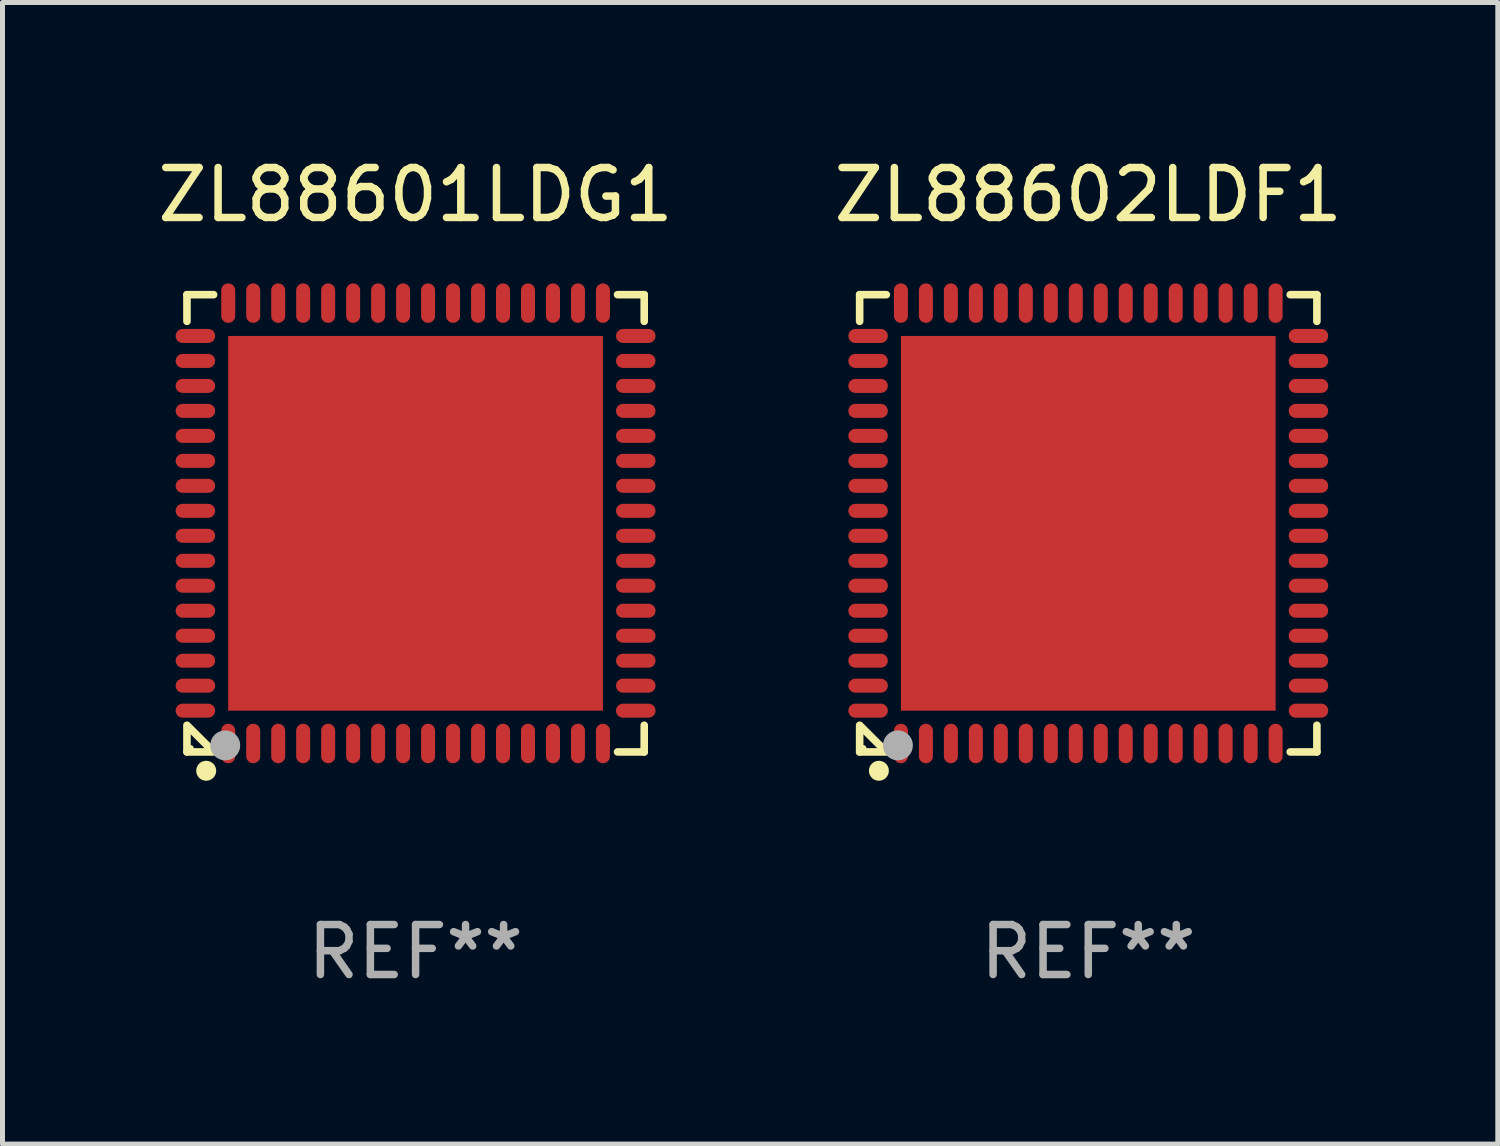
<source format=kicad_pcb>
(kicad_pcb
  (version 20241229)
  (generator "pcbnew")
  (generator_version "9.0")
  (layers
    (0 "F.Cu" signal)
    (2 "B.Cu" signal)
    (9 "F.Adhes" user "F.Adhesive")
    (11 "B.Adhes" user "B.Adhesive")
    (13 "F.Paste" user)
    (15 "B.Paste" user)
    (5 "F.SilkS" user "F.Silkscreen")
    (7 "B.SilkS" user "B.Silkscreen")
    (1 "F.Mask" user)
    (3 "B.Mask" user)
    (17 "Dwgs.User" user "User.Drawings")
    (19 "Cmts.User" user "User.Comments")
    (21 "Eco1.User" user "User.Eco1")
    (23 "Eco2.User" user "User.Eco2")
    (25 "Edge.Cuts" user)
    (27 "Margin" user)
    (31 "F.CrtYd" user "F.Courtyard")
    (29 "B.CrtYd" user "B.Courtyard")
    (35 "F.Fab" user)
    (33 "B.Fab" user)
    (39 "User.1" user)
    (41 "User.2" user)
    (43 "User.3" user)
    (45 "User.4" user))
  (footprint "ZL88601LDG1"
    (layer "F.Cu")
    (at 5.268 7.424)
    (property "Reference" "ZL88601LDG1" (at 0 -6.576 0) (layer "F.SilkS") (effects (font (size 1 1) (thickness 0.15))))
    (attr through_hole)
    (fp_line (start -4.576 -4.576) (end -4.576 -4.042) (stroke (width 0.152) (type solid)) (layer "F.SilkS"))
    (fp_line (start -4.576 4.576) (end -4.576 4.042) (stroke (width 0.152) (type solid)) (layer "F.SilkS"))
    (fp_line (start -4.069 4.549) (end -4.549 4.069) (stroke (width 0.152) (type solid)) (layer "F.SilkS"))
    (fp_line (start -4.042 -4.576) (end -4.576 -4.576) (stroke (width 0.152) (type solid)) (layer "F.SilkS"))
    (fp_line (start -4.042 4.576) (end -4.576 4.576) (stroke (width 0.152) (type solid)) (layer "F.SilkS"))
    (fp_line (start 4.042 -4.576) (end 4.576 -4.576) (stroke (width 0.152) (type solid)) (layer "F.SilkS"))
    (fp_line (start 4.042 4.576) (end 4.576 4.576) (stroke (width 0.152) (type solid)) (layer "F.SilkS"))
    (fp_line (start 4.576 -4.576) (end 4.576 -4.042) (stroke (width 0.152) (type solid)) (layer "F.SilkS"))
    (fp_line (start 4.576 4.576) (end 4.576 4.042) (stroke (width 0.152) (type solid)) (layer "F.SilkS"))
    (fp_circle (center -4.5 4.5) (end -4.47 4.5) (stroke (width 0.06) (type solid)) (fill no) (layer "F.SilkS"))
    (fp_circle (center -4.191 4.953) (end -4.091 4.953) (stroke (width 0.2) (type solid)) (fill no) (layer "F.SilkS"))
    (fp_circle (center -3.81 4.445) (end -3.66 4.445) (stroke (width 0.3) (type solid)) (fill no) (layer "F.Fab"))
    (fp_text user "REF**" (at 0 8.576 0) (layer "F.Fab") (effects (font (size 1 1) (thickness 0.15))))
    (pad "1" smd oval (at -3.75 4.407) (size 0.28 0.79) (layers "F.Cu" "F.Mask" "F.Paste"))
    (pad "2" smd oval (at -3.25 4.407) (size 0.28 0.79) (layers "F.Cu" "F.Mask" "F.Paste"))
    (pad "3" smd oval (at -2.75 4.407) (size 0.28 0.79) (layers "F.Cu" "F.Mask" "F.Paste"))
    (pad "4" smd oval (at -2.25 4.407) (size 0.28 0.79) (layers "F.Cu" "F.Mask" "F.Paste"))
    (pad "5" smd oval (at -1.75 4.407) (size 0.28 0.79) (layers "F.Cu" "F.Mask" "F.Paste"))
    (pad "6" smd oval (at -1.25 4.407) (size 0.28 0.79) (layers "F.Cu" "F.Mask" "F.Paste"))
    (pad "7" smd oval (at -0.75 4.407) (size 0.28 0.79) (layers "F.Cu" "F.Mask" "F.Paste"))
    (pad "8" smd oval (at -0.25 4.407) (size 0.28 0.79) (layers "F.Cu" "F.Mask" "F.Paste"))
    (pad "9" smd oval (at 0.25 4.407) (size 0.28 0.79) (layers "F.Cu" "F.Mask" "F.Paste"))
    (pad "10" smd oval (at 0.75 4.407) (size 0.28 0.79) (layers "F.Cu" "F.Mask" "F.Paste"))
    (pad "11" smd oval (at 1.25 4.407) (size 0.28 0.79) (layers "F.Cu" "F.Mask" "F.Paste"))
    (pad "12" smd oval (at 1.75 4.407) (size 0.28 0.79) (layers "F.Cu" "F.Mask" "F.Paste"))
    (pad "13" smd oval (at 2.25 4.407) (size 0.28 0.79) (layers "F.Cu" "F.Mask" "F.Paste"))
    (pad "14" smd oval (at 2.75 4.407) (size 0.28 0.79) (layers "F.Cu" "F.Mask" "F.Paste"))
    (pad "15" smd oval (at 3.25 4.407) (size 0.28 0.79) (layers "F.Cu" "F.Mask" "F.Paste"))
    (pad "16" smd oval (at 3.75 4.407) (size 0.28 0.79) (layers "F.Cu" "F.Mask" "F.Paste"))
    (pad "17" smd oval (at 4.407 3.75) (size 0.79 0.28) (layers "F.Cu" "F.Mask" "F.Paste"))
    (pad "18" smd oval (at 4.407 3.25) (size 0.79 0.28) (layers "F.Cu" "F.Mask" "F.Paste"))
    (pad "19" smd oval (at 4.407 2.75) (size 0.79 0.28) (layers "F.Cu" "F.Mask" "F.Paste"))
    (pad "20" smd oval (at 4.407 2.25) (size 0.79 0.28) (layers "F.Cu" "F.Mask" "F.Paste"))
    (pad "21" smd oval (at 4.407 1.75) (size 0.79 0.28) (layers "F.Cu" "F.Mask" "F.Paste"))
    (pad "22" smd oval (at 4.407 1.25) (size 0.79 0.28) (layers "F.Cu" "F.Mask" "F.Paste"))
    (pad "23" smd oval (at 4.407 0.75) (size 0.79 0.28) (layers "F.Cu" "F.Mask" "F.Paste"))
    (pad "24" smd oval (at 4.407 0.25) (size 0.79 0.28) (layers "F.Cu" "F.Mask" "F.Paste"))
    (pad "25" smd oval (at 4.407 -0.25) (size 0.79 0.28) (layers "F.Cu" "F.Mask" "F.Paste"))
    (pad "26" smd oval (at 4.407 -0.75) (size 0.79 0.28) (layers "F.Cu" "F.Mask" "F.Paste"))
    (pad "27" smd oval (at 4.407 -1.25) (size 0.79 0.28) (layers "F.Cu" "F.Mask" "F.Paste"))
    (pad "28" smd oval (at 4.407 -1.75) (size 0.79 0.28) (layers "F.Cu" "F.Mask" "F.Paste"))
    (pad "29" smd oval (at 4.407 -2.25) (size 0.79 0.28) (layers "F.Cu" "F.Mask" "F.Paste"))
    (pad "30" smd oval (at 4.407 -2.75) (size 0.79 0.28) (layers "F.Cu" "F.Mask" "F.Paste"))
    (pad "31" smd oval (at 4.407 -3.25) (size 0.79 0.28) (layers "F.Cu" "F.Mask" "F.Paste"))
    (pad "32" smd oval (at 4.407 -3.75) (size 0.79 0.28) (layers "F.Cu" "F.Mask" "F.Paste"))
    (pad "33" smd oval (at 3.75 -4.407) (size 0.28 0.79) (layers "F.Cu" "F.Mask" "F.Paste"))
    (pad "34" smd oval (at 3.25 -4.407) (size 0.28 0.79) (layers "F.Cu" "F.Mask" "F.Paste"))
    (pad "35" smd oval (at 2.75 -4.407) (size 0.28 0.79) (layers "F.Cu" "F.Mask" "F.Paste"))
    (pad "36" smd oval (at 2.25 -4.407) (size 0.28 0.79) (layers "F.Cu" "F.Mask" "F.Paste"))
    (pad "37" smd oval (at 1.75 -4.407) (size 0.28 0.79) (layers "F.Cu" "F.Mask" "F.Paste"))
    (pad "38" smd oval (at 1.25 -4.407) (size 0.28 0.79) (layers "F.Cu" "F.Mask" "F.Paste"))
    (pad "39" smd oval (at 0.75 -4.407) (size 0.28 0.79) (layers "F.Cu" "F.Mask" "F.Paste"))
    (pad "40" smd oval (at 0.25 -4.407) (size 0.28 0.79) (layers "F.Cu" "F.Mask" "F.Paste"))
    (pad "41" smd oval (at -0.25 -4.407) (size 0.28 0.79) (layers "F.Cu" "F.Mask" "F.Paste"))
    (pad "42" smd oval (at -0.75 -4.407) (size 0.28 0.79) (layers "F.Cu" "F.Mask" "F.Paste"))
    (pad "43" smd oval (at -1.25 -4.407) (size 0.28 0.79) (layers "F.Cu" "F.Mask" "F.Paste"))
    (pad "44" smd oval (at -1.75 -4.407) (size 0.28 0.79) (layers "F.Cu" "F.Mask" "F.Paste"))
    (pad "45" smd oval (at -2.25 -4.407) (size 0.28 0.79) (layers "F.Cu" "F.Mask" "F.Paste"))
    (pad "46" smd oval (at -2.75 -4.407) (size 0.28 0.79) (layers "F.Cu" "F.Mask" "F.Paste"))
    (pad "47" smd oval (at -3.25 -4.407) (size 0.28 0.79) (layers "F.Cu" "F.Mask" "F.Paste"))
    (pad "48" smd oval (at -3.75 -4.407) (size 0.28 0.79) (layers "F.Cu" "F.Mask" "F.Paste"))
    (pad "49" smd oval (at -4.407 -3.75) (size 0.79 0.28) (layers "F.Cu" "F.Mask" "F.Paste"))
    (pad "50" smd oval (at -4.407 -3.25) (size 0.79 0.28) (layers "F.Cu" "F.Mask" "F.Paste"))
    (pad "51" smd oval (at -4.407 -2.75) (size 0.79 0.28) (layers "F.Cu" "F.Mask" "F.Paste"))
    (pad "52" smd oval (at -4.407 -2.25) (size 0.79 0.28) (layers "F.Cu" "F.Mask" "F.Paste"))
    (pad "53" smd oval (at -4.407 -1.75) (size 0.79 0.28) (layers "F.Cu" "F.Mask" "F.Paste"))
    (pad "54" smd oval (at -4.407 -1.25) (size 0.79 0.28) (layers "F.Cu" "F.Mask" "F.Paste"))
    (pad "55" smd oval (at -4.407 -0.75) (size 0.79 0.28) (layers "F.Cu" "F.Mask" "F.Paste"))
    (pad "56" smd oval (at -4.407 -0.25) (size 0.79 0.28) (layers "F.Cu" "F.Mask" "F.Paste"))
    (pad "57" smd oval (at -4.407 0.25) (size 0.79 0.28) (layers "F.Cu" "F.Mask" "F.Paste"))
    (pad "58" smd oval (at -4.407 0.75) (size 0.79 0.28) (layers "F.Cu" "F.Mask" "F.Paste"))
    (pad "59" smd oval (at -4.407 1.25) (size 0.79 0.28) (layers "F.Cu" "F.Mask" "F.Paste"))
    (pad "60" smd oval (at -4.407 1.75) (size 0.79 0.28) (layers "F.Cu" "F.Mask" "F.Paste"))
    (pad "61" smd oval (at -4.407 2.25) (size 0.79 0.28) (layers "F.Cu" "F.Mask" "F.Paste"))
    (pad "62" smd oval (at -4.407 2.75) (size 0.79 0.28) (layers "F.Cu" "F.Mask" "F.Paste"))
    (pad "63" smd oval (at -4.407 3.25) (size 0.79 0.28) (layers "F.Cu" "F.Mask" "F.Paste"))
    (pad "64" smd oval (at -4.407 3.75) (size 0.79 0.28) (layers "F.Cu" "F.Mask" "F.Paste"))
    (pad "65" smd rect (at 0 0) (size 7.5 7.5) (layers "F.Cu" "F.Mask" "F.Paste")))
  (footprint "ZL88602LDF1"
    (layer "F.Cu")
    (at 18.732 7.424)
    (property "Reference" "ZL88602LDF1" (at 0 -6.576 0) (layer "F.SilkS") (effects (font (size 1 1) (thickness 0.15))))
    (attr through_hole)
    (fp_line (start -4.576 -4.576) (end -4.576 -4.042) (stroke (width 0.152) (type solid)) (layer "F.SilkS"))
    (fp_line (start -4.576 4.576) (end -4.576 4.042) (stroke (width 0.152) (type solid)) (layer "F.SilkS"))
    (fp_line (start -4.069 4.549) (end -4.549 4.069) (stroke (width 0.152) (type solid)) (layer "F.SilkS"))
    (fp_line (start -4.042 -4.576) (end -4.576 -4.576) (stroke (width 0.152) (type solid)) (layer "F.SilkS"))
    (fp_line (start -4.042 4.576) (end -4.576 4.576) (stroke (width 0.152) (type solid)) (layer "F.SilkS"))
    (fp_line (start 4.042 -4.576) (end 4.576 -4.576) (stroke (width 0.152) (type solid)) (layer "F.SilkS"))
    (fp_line (start 4.042 4.576) (end 4.576 4.576) (stroke (width 0.152) (type solid)) (layer "F.SilkS"))
    (fp_line (start 4.576 -4.576) (end 4.576 -4.042) (stroke (width 0.152) (type solid)) (layer "F.SilkS"))
    (fp_line (start 4.576 4.576) (end 4.576 4.042) (stroke (width 0.152) (type solid)) (layer "F.SilkS"))
    (fp_circle (center -4.5 4.5) (end -4.47 4.5) (stroke (width 0.06) (type solid)) (fill no) (layer "F.SilkS"))
    (fp_circle (center -4.191 4.953) (end -4.091 4.953) (stroke (width 0.2) (type solid)) (fill no) (layer "F.SilkS"))
    (fp_circle (center -3.81 4.445) (end -3.66 4.445) (stroke (width 0.3) (type solid)) (fill no) (layer "F.Fab"))
    (fp_text user "REF**" (at 0 8.576 0) (layer "F.Fab") (effects (font (size 1 1) (thickness 0.15))))
    (pad "1" smd oval (at -3.75 4.407) (size 0.28 0.79) (layers "F.Cu" "F.Mask" "F.Paste"))
    (pad "2" smd oval (at -3.25 4.407) (size 0.28 0.79) (layers "F.Cu" "F.Mask" "F.Paste"))
    (pad "3" smd oval (at -2.75 4.407) (size 0.28 0.79) (layers "F.Cu" "F.Mask" "F.Paste"))
    (pad "4" smd oval (at -2.25 4.407) (size 0.28 0.79) (layers "F.Cu" "F.Mask" "F.Paste"))
    (pad "5" smd oval (at -1.75 4.407) (size 0.28 0.79) (layers "F.Cu" "F.Mask" "F.Paste"))
    (pad "6" smd oval (at -1.25 4.407) (size 0.28 0.79) (layers "F.Cu" "F.Mask" "F.Paste"))
    (pad "7" smd oval (at -0.75 4.407) (size 0.28 0.79) (layers "F.Cu" "F.Mask" "F.Paste"))
    (pad "8" smd oval (at -0.25 4.407) (size 0.28 0.79) (layers "F.Cu" "F.Mask" "F.Paste"))
    (pad "9" smd oval (at 0.25 4.407) (size 0.28 0.79) (layers "F.Cu" "F.Mask" "F.Paste"))
    (pad "10" smd oval (at 0.75 4.407) (size 0.28 0.79) (layers "F.Cu" "F.Mask" "F.Paste"))
    (pad "11" smd oval (at 1.25 4.407) (size 0.28 0.79) (layers "F.Cu" "F.Mask" "F.Paste"))
    (pad "12" smd oval (at 1.75 4.407) (size 0.28 0.79) (layers "F.Cu" "F.Mask" "F.Paste"))
    (pad "13" smd oval (at 2.25 4.407) (size 0.28 0.79) (layers "F.Cu" "F.Mask" "F.Paste"))
    (pad "14" smd oval (at 2.75 4.407) (size 0.28 0.79) (layers "F.Cu" "F.Mask" "F.Paste"))
    (pad "15" smd oval (at 3.25 4.407) (size 0.28 0.79) (layers "F.Cu" "F.Mask" "F.Paste"))
    (pad "16" smd oval (at 3.75 4.407) (size 0.28 0.79) (layers "F.Cu" "F.Mask" "F.Paste"))
    (pad "17" smd oval (at 4.407 3.75) (size 0.79 0.28) (layers "F.Cu" "F.Mask" "F.Paste"))
    (pad "18" smd oval (at 4.407 3.25) (size 0.79 0.28) (layers "F.Cu" "F.Mask" "F.Paste"))
    (pad "19" smd oval (at 4.407 2.75) (size 0.79 0.28) (layers "F.Cu" "F.Mask" "F.Paste"))
    (pad "20" smd oval (at 4.407 2.25) (size 0.79 0.28) (layers "F.Cu" "F.Mask" "F.Paste"))
    (pad "21" smd oval (at 4.407 1.75) (size 0.79 0.28) (layers "F.Cu" "F.Mask" "F.Paste"))
    (pad "22" smd oval (at 4.407 1.25) (size 0.79 0.28) (layers "F.Cu" "F.Mask" "F.Paste"))
    (pad "23" smd oval (at 4.407 0.75) (size 0.79 0.28) (layers "F.Cu" "F.Mask" "F.Paste"))
    (pad "24" smd oval (at 4.407 0.25) (size 0.79 0.28) (layers "F.Cu" "F.Mask" "F.Paste"))
    (pad "25" smd oval (at 4.407 -0.25) (size 0.79 0.28) (layers "F.Cu" "F.Mask" "F.Paste"))
    (pad "26" smd oval (at 4.407 -0.75) (size 0.79 0.28) (layers "F.Cu" "F.Mask" "F.Paste"))
    (pad "27" smd oval (at 4.407 -1.25) (size 0.79 0.28) (layers "F.Cu" "F.Mask" "F.Paste"))
    (pad "28" smd oval (at 4.407 -1.75) (size 0.79 0.28) (layers "F.Cu" "F.Mask" "F.Paste"))
    (pad "29" smd oval (at 4.407 -2.25) (size 0.79 0.28) (layers "F.Cu" "F.Mask" "F.Paste"))
    (pad "30" smd oval (at 4.407 -2.75) (size 0.79 0.28) (layers "F.Cu" "F.Mask" "F.Paste"))
    (pad "31" smd oval (at 4.407 -3.25) (size 0.79 0.28) (layers "F.Cu" "F.Mask" "F.Paste"))
    (pad "32" smd oval (at 4.407 -3.75) (size 0.79 0.28) (layers "F.Cu" "F.Mask" "F.Paste"))
    (pad "33" smd oval (at 3.75 -4.407) (size 0.28 0.79) (layers "F.Cu" "F.Mask" "F.Paste"))
    (pad "34" smd oval (at 3.25 -4.407) (size 0.28 0.79) (layers "F.Cu" "F.Mask" "F.Paste"))
    (pad "35" smd oval (at 2.75 -4.407) (size 0.28 0.79) (layers "F.Cu" "F.Mask" "F.Paste"))
    (pad "36" smd oval (at 2.25 -4.407) (size 0.28 0.79) (layers "F.Cu" "F.Mask" "F.Paste"))
    (pad "37" smd oval (at 1.75 -4.407) (size 0.28 0.79) (layers "F.Cu" "F.Mask" "F.Paste"))
    (pad "38" smd oval (at 1.25 -4.407) (size 0.28 0.79) (layers "F.Cu" "F.Mask" "F.Paste"))
    (pad "39" smd oval (at 0.75 -4.407) (size 0.28 0.79) (layers "F.Cu" "F.Mask" "F.Paste"))
    (pad "40" smd oval (at 0.25 -4.407) (size 0.28 0.79) (layers "F.Cu" "F.Mask" "F.Paste"))
    (pad "41" smd oval (at -0.25 -4.407) (size 0.28 0.79) (layers "F.Cu" "F.Mask" "F.Paste"))
    (pad "42" smd oval (at -0.75 -4.407) (size 0.28 0.79) (layers "F.Cu" "F.Mask" "F.Paste"))
    (pad "43" smd oval (at -1.25 -4.407) (size 0.28 0.79) (layers "F.Cu" "F.Mask" "F.Paste"))
    (pad "44" smd oval (at -1.75 -4.407) (size 0.28 0.79) (layers "F.Cu" "F.Mask" "F.Paste"))
    (pad "45" smd oval (at -2.25 -4.407) (size 0.28 0.79) (layers "F.Cu" "F.Mask" "F.Paste"))
    (pad "46" smd oval (at -2.75 -4.407) (size 0.28 0.79) (layers "F.Cu" "F.Mask" "F.Paste"))
    (pad "47" smd oval (at -3.25 -4.407) (size 0.28 0.79) (layers "F.Cu" "F.Mask" "F.Paste"))
    (pad "48" smd oval (at -3.75 -4.407) (size 0.28 0.79) (layers "F.Cu" "F.Mask" "F.Paste"))
    (pad "49" smd oval (at -4.407 -3.75) (size 0.79 0.28) (layers "F.Cu" "F.Mask" "F.Paste"))
    (pad "50" smd oval (at -4.407 -3.25) (size 0.79 0.28) (layers "F.Cu" "F.Mask" "F.Paste"))
    (pad "51" smd oval (at -4.407 -2.75) (size 0.79 0.28) (layers "F.Cu" "F.Mask" "F.Paste"))
    (pad "52" smd oval (at -4.407 -2.25) (size 0.79 0.28) (layers "F.Cu" "F.Mask" "F.Paste"))
    (pad "53" smd oval (at -4.407 -1.75) (size 0.79 0.28) (layers "F.Cu" "F.Mask" "F.Paste"))
    (pad "54" smd oval (at -4.407 -1.25) (size 0.79 0.28) (layers "F.Cu" "F.Mask" "F.Paste"))
    (pad "55" smd oval (at -4.407 -0.75) (size 0.79 0.28) (layers "F.Cu" "F.Mask" "F.Paste"))
    (pad "56" smd oval (at -4.407 -0.25) (size 0.79 0.28) (layers "F.Cu" "F.Mask" "F.Paste"))
    (pad "57" smd oval (at -4.407 0.25) (size 0.79 0.28) (layers "F.Cu" "F.Mask" "F.Paste"))
    (pad "58" smd oval (at -4.407 0.75) (size 0.79 0.28) (layers "F.Cu" "F.Mask" "F.Paste"))
    (pad "59" smd oval (at -4.407 1.25) (size 0.79 0.28) (layers "F.Cu" "F.Mask" "F.Paste"))
    (pad "60" smd oval (at -4.407 1.75) (size 0.79 0.28) (layers "F.Cu" "F.Mask" "F.Paste"))
    (pad "61" smd oval (at -4.407 2.25) (size 0.79 0.28) (layers "F.Cu" "F.Mask" "F.Paste"))
    (pad "62" smd oval (at -4.407 2.75) (size 0.79 0.28) (layers "F.Cu" "F.Mask" "F.Paste"))
    (pad "63" smd oval (at -4.407 3.25) (size 0.79 0.28) (layers "F.Cu" "F.Mask" "F.Paste"))
    (pad "64" smd oval (at -4.407 3.75) (size 0.79 0.28) (layers "F.Cu" "F.Mask" "F.Paste"))
    (pad "65" smd rect (at 0 0) (size 7.5 7.5) (layers "F.Cu" "F.Mask" "F.Paste")))
  (gr_rect
    (start -3 -3)
    (end 26.929 19.849)
    (stroke (width 0.1) (type default))
    (fill no)
    (layer "Edge.Cuts")))
</source>
